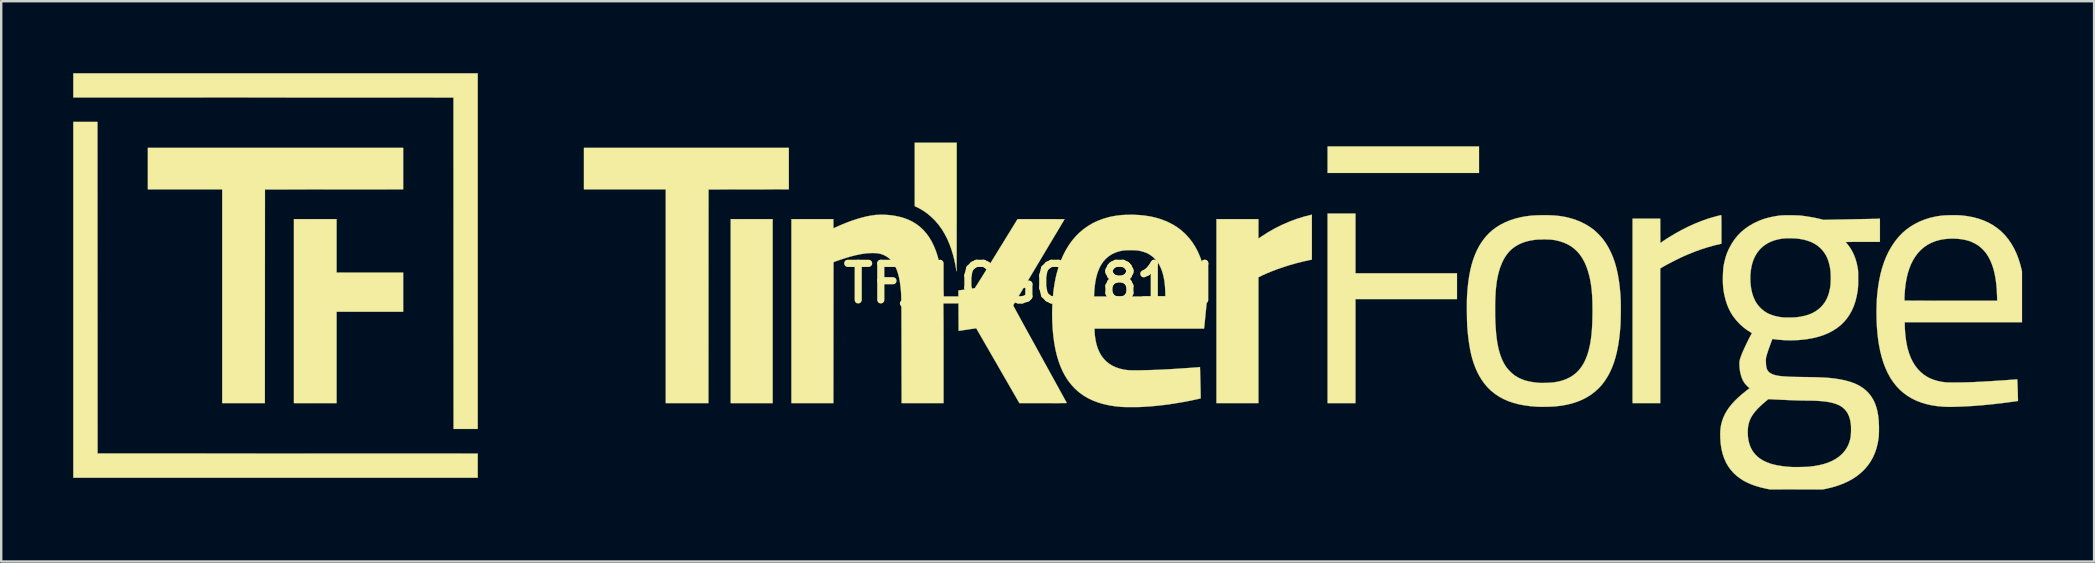
<source format=kicad_pcb>
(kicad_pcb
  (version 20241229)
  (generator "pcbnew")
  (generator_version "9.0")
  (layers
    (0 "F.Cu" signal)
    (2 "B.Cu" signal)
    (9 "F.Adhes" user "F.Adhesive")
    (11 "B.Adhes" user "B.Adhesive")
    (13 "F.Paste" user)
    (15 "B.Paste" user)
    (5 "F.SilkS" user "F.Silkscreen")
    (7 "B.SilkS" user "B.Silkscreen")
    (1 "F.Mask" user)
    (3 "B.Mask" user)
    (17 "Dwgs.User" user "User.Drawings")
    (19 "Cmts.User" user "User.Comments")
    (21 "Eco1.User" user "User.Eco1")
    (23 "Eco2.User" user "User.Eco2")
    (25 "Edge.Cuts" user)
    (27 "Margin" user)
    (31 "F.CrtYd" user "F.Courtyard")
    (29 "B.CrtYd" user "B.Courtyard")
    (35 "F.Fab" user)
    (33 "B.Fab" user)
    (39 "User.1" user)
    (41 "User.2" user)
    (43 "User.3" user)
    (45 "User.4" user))
  (footprint "TF_LOGO_81MM"
    (layer "F.Cu")
    (at 40.694 8.758)
    (property "Reference" "TF_LOGO_81MM" (at 0 0 0) (layer "F.SilkS") (effects (font (size 1.524 1.524) (thickness 0.3))))
    (attr through_hole)
    (fp_poly (pts (xy -11.547 4.992) (xy -13.296 4.992) (xy -13.296 -2.677) (xy -11.547 -2.677) (xy -11.547 4.992)) (stroke (width 0.01) (type solid)) (fill yes) (layer "F.SilkS"))
    (fp_poly (pts (xy 17.887 -4.601) (xy 11.577 -4.601) (xy 11.577 -5.705) (xy 17.887 -5.705) (xy 17.887 -4.601)) (stroke (width 0.01) (type solid)) (fill yes) (layer "F.SilkS"))
    (fp_poly (pts (xy -39.68 0.178) (xy -39.678 7.088) (xy -31.757 7.09) (xy -23.837 7.092) (xy -23.837 8.099) (xy -40.689 8.099) (xy -40.689 -6.731) (xy -39.683 -6.731) (xy -39.68 0.178)) (stroke (width 0.01) (type solid)) (fill yes) (layer "F.SilkS"))
    (fp_poly (pts (xy -29.718 -0.449) (xy -26.944 -0.449) (xy -26.944 1.182) (xy -29.718 1.182) (xy -29.718 4.992) (xy -31.496 4.992) (xy -31.496 -2.677) (xy -29.718 -2.677) (xy -29.718 -0.449)) (stroke (width 0.01) (type solid)) (fill yes) (layer "F.SilkS"))
    (fp_poly (pts (xy -23.837 6.067) (xy -24.843 6.067) (xy -24.846 -0.838) (xy -24.848 -7.742) (xy -32.768 -7.745) (xy -40.689 -7.747) (xy -40.689 -8.753) (xy -23.837 -8.753) (xy -23.837 6.067)) (stroke (width 0.01) (type solid)) (fill yes) (layer "F.SilkS"))
    (fp_poly (pts (xy -10.873 -3.918) (xy -14.219 -3.913) (xy -14.224 4.992) (xy -16.002 4.992) (xy -16.002 -3.917) (xy -19.411 -3.917) (xy -19.411 -5.647) (xy -10.873 -5.647) (xy -10.873 -3.918)) (stroke (width 0.01) (type solid)) (fill yes) (layer "F.SilkS"))
    (fp_poly (pts (xy 12.739 -0.42) (xy 16.969 -0.42) (xy 16.969 0.655) (xy 12.739 0.655) (xy 12.739 4.992) (xy 11.577 4.992) (xy 11.577 -2.911) (xy 12.739 -2.911) (xy 12.739 -0.42)) (stroke (width 0.01) (type solid)) (fill yes) (layer "F.SilkS"))
    (fp_poly (pts (xy -26.944 -3.917) (xy -29.823 -3.915) (xy -32.703 -3.913) (xy -32.707 4.992) (xy -34.485 4.992) (xy -34.485 -3.917) (xy -37.582 -3.917) (xy -37.582 -5.647) (xy -26.944 -5.647) (xy -26.944 -3.917)) (stroke (width 0.01) (type solid)) (fill yes) (layer "F.SilkS"))
    (fp_poly (pts (xy 10.922 -0.99) (xy 10.768 -0.958) (xy 10.515 -0.901) (xy 10.258 -0.836) (xy 10.001 -0.762) (xy 9.747 -0.682) (xy 9.499 -0.597) (xy 9.261 -0.507) (xy 9.036 -0.414) (xy 8.834 -0.322) (xy 8.695 -0.255) (xy 8.695 4.992) (xy 6.946 4.992) (xy 6.946 -2.677) (xy 8.695 -2.677) (xy 8.695 -1.866) (xy 8.814 -1.948) (xy 9.093 -2.127) (xy 9.382 -2.292) (xy 9.681 -2.441) (xy 9.987 -2.573) (xy 10.298 -2.689) (xy 10.613 -2.786) (xy 10.9 -2.858) (xy 10.922 -2.863) (xy 10.922 -0.99)) (stroke (width 0.01) (type solid)) (fill yes) (layer "F.SilkS"))
    (fp_poly (pts (xy -3.878 -3.18) (xy -3.878 -2.952) (xy -3.878 -2.73) (xy -3.878 -2.513) (xy -3.879 -2.304) (xy -3.879 -2.101) (xy -3.879 -1.907) (xy -3.879 -1.722) (xy -3.879 -1.547) (xy -3.879 -1.383) (xy -3.879 -1.23) (xy -3.88 -1.089) (xy -3.88 -0.962) (xy -3.88 -0.848) (xy -3.88 -0.748) (xy -3.881 -0.665) (xy -3.881 -0.597) (xy -3.881 -0.546) (xy -3.881 -0.513) (xy -3.882 -0.499) (xy -3.882 -0.498) (xy -3.885 -0.507) (xy -3.89 -0.532) (xy -3.896 -0.567) (xy -3.902 -0.603) (xy -3.953 -0.877) (xy -4.016 -1.14) (xy -4.09 -1.391) (xy -4.175 -1.628) (xy -4.271 -1.851) (xy -4.378 -2.059) (xy -4.494 -2.251) (xy -4.517 -2.285) (xy -4.646 -2.46) (xy -4.787 -2.622) (xy -4.94 -2.772) (xy -5.101 -2.908) (xy -5.271 -3.028) (xy -5.446 -3.13) (xy -5.502 -3.158) (xy -5.626 -3.219) (xy -5.627 -4.54) (xy -5.627 -5.862) (xy -3.878 -5.862) (xy -3.878 -3.18)) (stroke (width 0.01) (type solid)) (fill yes) (layer "F.SilkS"))
    (fp_poly (pts (xy 27.979 -2.84) (xy 27.981 -2.829) (xy 27.983 -2.81) (xy 27.985 -2.78) (xy 27.986 -2.74) (xy 27.987 -2.687) (xy 27.988 -2.621) (xy 27.988 -2.539) (xy 27.989 -2.442) (xy 27.989 -2.326) (xy 27.989 -2.248) (xy 27.989 -1.653) (xy 27.938 -1.641) (xy 27.66 -1.573) (xy 27.39 -1.497) (xy 27.125 -1.411) (xy 26.858 -1.314) (xy 26.586 -1.204) (xy 26.455 -1.147) (xy 26.385 -1.116) (xy 26.302 -1.077) (xy 26.21 -1.032) (xy 26.112 -0.984) (xy 26.012 -0.934) (xy 25.913 -0.883) (xy 25.818 -0.834) (xy 25.73 -0.788) (xy 25.654 -0.746) (xy 25.591 -0.711) (xy 25.588 -0.709) (xy 25.439 -0.622) (xy 25.439 4.992) (xy 24.286 4.992) (xy 24.286 -2.696) (xy 25.439 -2.696) (xy 25.441 -2.188) (xy 25.444 -1.68) (xy 25.527 -1.74) (xy 25.562 -1.764) (xy 25.61 -1.796) (xy 25.665 -1.833) (xy 25.724 -1.871) (xy 25.776 -1.904) (xy 26.042 -2.065) (xy 26.313 -2.216) (xy 26.588 -2.355) (xy 26.863 -2.48) (xy 27.136 -2.591) (xy 27.404 -2.687) (xy 27.511 -2.721) (xy 27.563 -2.736) (xy 27.623 -2.753) (xy 27.686 -2.771) (xy 27.751 -2.788) (xy 27.812 -2.805) (xy 27.869 -2.819) (xy 27.917 -2.831) (xy 27.953 -2.839) (xy 27.974 -2.843) (xy 27.976 -2.843) (xy 27.979 -2.84)) (stroke (width 0.01) (type solid)) (fill yes) (layer "F.SilkS"))
    (fp_poly (pts (xy -6.843 -2.858) (xy -6.636 -2.841) (xy -6.432 -2.811) (xy -6.235 -2.768) (xy -6.067 -2.719) (xy -5.886 -2.65) (xy -5.716 -2.567) (xy -5.558 -2.469) (xy -5.41 -2.357) (xy -5.273 -2.23) (xy -5.148 -2.088) (xy -5.032 -1.93) (xy -4.928 -1.758) (xy -4.834 -1.569) (xy -4.75 -1.365) (xy -4.676 -1.145) (xy -4.612 -0.909) (xy -4.559 -0.656) (xy -4.515 -0.387) (xy -4.48 -0.101) (xy -4.48 -0.098) (xy -4.474 -0.039) (xy -4.469 0.019) (xy -4.464 0.077) (xy -4.46 0.137) (xy -4.456 0.199) (xy -4.452 0.264) (xy -4.448 0.332) (xy -4.445 0.406) (xy -4.442 0.484) (xy -4.44 0.569) (xy -4.437 0.661) (xy -4.435 0.762) (xy -4.434 0.871) (xy -4.432 0.99) (xy -4.431 1.119) (xy -4.43 1.26) (xy -4.429 1.413) (xy -4.428 1.58) (xy -4.427 1.76) (xy -4.427 1.955) (xy -4.426 2.166) (xy -4.426 2.394) (xy -4.426 2.639) (xy -4.426 2.902) (xy -4.426 3.046) (xy -4.426 4.992) (xy -6.173 4.992) (xy -6.177 2.777) (xy -6.177 2.527) (xy -6.178 2.295) (xy -6.178 2.082) (xy -6.179 1.885) (xy -6.179 1.705) (xy -6.18 1.539) (xy -6.181 1.389) (xy -6.181 1.251) (xy -6.182 1.127) (xy -6.183 1.014) (xy -6.184 0.913) (xy -6.185 0.822) (xy -6.186 0.74) (xy -6.187 0.666) (xy -6.189 0.6) (xy -6.19 0.541) (xy -6.192 0.488) (xy -6.194 0.44) (xy -6.196 0.396) (xy -6.199 0.356) (xy -6.202 0.318) (xy -6.205 0.282) (xy -6.208 0.247) (xy -6.211 0.211) (xy -6.215 0.175) (xy -6.219 0.142) (xy -6.246 -0.064) (xy -6.282 -0.253) (xy -6.327 -0.425) (xy -6.381 -0.58) (xy -6.444 -0.718) (xy -6.516 -0.841) (xy -6.598 -0.947) (xy -6.689 -1.038) (xy -6.791 -1.114) (xy -6.902 -1.174) (xy -6.99 -1.209) (xy -7.066 -1.232) (xy -7.142 -1.248) (xy -7.225 -1.258) (xy -7.32 -1.263) (xy -7.39 -1.264) (xy -7.517 -1.26) (xy -7.648 -1.25) (xy -7.786 -1.232) (xy -7.934 -1.205) (xy -8.092 -1.171) (xy -8.265 -1.128) (xy -8.322 -1.112) (xy -8.376 -1.097) (xy -8.443 -1.077) (xy -8.52 -1.053) (xy -8.602 -1.026) (xy -8.685 -0.999) (xy -8.766 -0.972) (xy -8.84 -0.947) (xy -8.903 -0.925) (xy -8.952 -0.906) (xy -8.954 -0.906) (xy -9.012 -0.883) (xy -9.017 4.992) (xy -10.766 4.992) (xy -10.766 -2.677) (xy -9.017 -2.677) (xy -9.017 -2.486) (xy -9.017 -2.428) (xy -9.016 -2.376) (xy -9.016 -2.335) (xy -9.015 -2.308) (xy -9.013 -2.296) (xy -9.013 -2.296) (xy -9.003 -2.3) (xy -8.979 -2.31) (xy -8.943 -2.326) (xy -8.899 -2.347) (xy -8.869 -2.36) (xy -8.656 -2.454) (xy -8.44 -2.541) (xy -8.225 -2.619) (xy -8.012 -2.688) (xy -7.806 -2.747) (xy -7.609 -2.794) (xy -7.439 -2.827) (xy -7.248 -2.852) (xy -7.048 -2.862) (xy -6.843 -2.858)) (stroke (width 0.01) (type solid)) (fill yes) (layer "F.SilkS"))
    (fp_poly (pts (xy -0.227 -2.677) (xy -0.097 -2.676) (xy 0.027 -2.676) (xy 0.143 -2.676) (xy 0.249 -2.676) (xy 0.344 -2.675) (xy 0.427 -2.675) (xy 0.497 -2.674) (xy 0.552 -2.674) (xy 0.59 -2.673) (xy 0.612 -2.672) (xy 0.615 -2.672) (xy 0.611 -2.663) (xy 0.596 -2.638) (xy 0.572 -2.598) (xy 0.54 -2.544) (xy 0.5 -2.476) (xy 0.451 -2.395) (xy 0.396 -2.302) (xy 0.334 -2.197) (xy 0.265 -2.082) (xy 0.19 -1.957) (xy 0.11 -1.824) (xy 0.025 -1.681) (xy -0.064 -1.532) (xy -0.158 -1.375) (xy -0.255 -1.213) (xy -0.355 -1.045) (xy -0.454 -0.879) (xy -0.557 -0.707) (xy -0.657 -0.54) (xy -0.754 -0.377) (xy -0.848 -0.221) (xy -0.937 -0.071) (xy -1.022 0.071) (xy -1.102 0.205) (xy -1.176 0.33) (xy -1.245 0.445) (xy -1.307 0.549) (xy -1.362 0.642) (xy -1.41 0.723) (xy -1.45 0.791) (xy -1.482 0.846) (xy -1.505 0.886) (xy -1.519 0.91) (xy -1.524 0.919) (xy -1.519 0.929) (xy -1.506 0.954) (xy -1.484 0.995) (xy -1.454 1.05) (xy -1.417 1.119) (xy -1.373 1.199) (xy -1.323 1.291) (xy -1.267 1.393) (xy -1.206 1.505) (xy -1.141 1.624) (xy -1.071 1.751) (xy -0.997 1.885) (xy -0.921 2.024) (xy -0.858 2.138) (xy -0.77 2.299) (xy -0.677 2.466) (xy -0.582 2.639) (xy -0.485 2.815) (xy -0.388 2.992) (xy -0.291 3.167) (xy -0.196 3.34) (xy -0.104 3.507) (xy -0.016 3.666) (xy 0.066 3.816) (xy 0.143 3.955) (xy 0.212 4.08) (xy 0.257 4.162) (xy 0.321 4.278) (xy 0.383 4.39) (xy 0.441 4.496) (xy 0.495 4.595) (xy 0.545 4.685) (xy 0.589 4.766) (xy 0.628 4.836) (xy 0.66 4.893) (xy 0.684 4.938) (xy 0.701 4.969) (xy 0.709 4.983) (xy 0.71 4.985) (xy 0.701 4.986) (xy 0.674 4.987) (xy 0.63 4.988) (xy 0.57 4.989) (xy 0.496 4.989) (xy 0.408 4.99) (xy 0.309 4.991) (xy 0.2 4.991) (xy 0.081 4.992) (xy -0.046 4.992) (xy -0.179 4.992) (xy -0.275 4.992) (xy -1.265 4.992) (xy -2.163 3.434) (xy -2.255 3.273) (xy -2.346 3.117) (xy -2.433 2.966) (xy -2.516 2.821) (xy -2.596 2.683) (xy -2.671 2.553) (xy -2.741 2.432) (xy -2.805 2.32) (xy -2.863 2.219) (xy -2.915 2.129) (xy -2.96 2.051) (xy -2.998 1.987) (xy -3.027 1.936) (xy -3.048 1.899) (xy -3.06 1.878) (xy -3.064 1.873) (xy -3.074 1.874) (xy -3.101 1.877) (xy -3.143 1.883) (xy -3.198 1.891) (xy -3.264 1.9) (xy -3.339 1.911) (xy -3.42 1.924) (xy -3.431 1.925) (xy -3.513 1.938) (xy -3.588 1.949) (xy -3.655 1.959) (xy -3.712 1.967) (xy -3.756 1.974) (xy -3.784 1.978) (xy -3.796 1.979) (xy -3.797 1.979) (xy -3.797 1.97) (xy -3.797 1.942) (xy -3.798 1.897) (xy -3.798 1.837) (xy -3.799 1.764) (xy -3.799 1.678) (xy -3.8 1.58) (xy -3.8 1.473) (xy -3.801 1.358) (xy -3.802 1.236) (xy -3.802 1.137) (xy -3.807 0.295) (xy -3.474 0.25) (xy -3.395 0.239) (xy -3.321 0.228) (xy -3.256 0.219) (xy -3.202 0.211) (xy -3.16 0.205) (xy -3.133 0.201) (xy -3.125 0.199) (xy -3.118 0.19) (xy -3.101 0.166) (xy -3.076 0.127) (xy -3.042 0.073) (xy -2.999 0.006) (xy -2.949 -0.073) (xy -2.893 -0.164) (xy -2.829 -0.265) (xy -2.76 -0.376) (xy -2.685 -0.497) (xy -2.606 -0.625) (xy -2.522 -0.761) (xy -2.434 -0.903) (xy -2.343 -1.05) (xy -2.249 -1.203) (xy -2.226 -1.241) (xy -1.343 -2.676) (xy -0.364 -2.677) (xy -0.227 -2.677)) (stroke (width 0.01) (type solid)) (fill yes) (layer "F.SilkS"))
    (fp_poly (pts (xy 3.478 -2.859) (xy 3.731 -2.847) (xy 3.97 -2.823) (xy 4.197 -2.787) (xy 4.412 -2.739) (xy 4.618 -2.678) (xy 4.816 -2.603) (xy 4.987 -2.526) (xy 5.166 -2.43) (xy 5.329 -2.326) (xy 5.481 -2.211) (xy 5.624 -2.083) (xy 5.656 -2.052) (xy 5.803 -1.892) (xy 5.937 -1.719) (xy 6.057 -1.533) (xy 6.164 -1.334) (xy 6.258 -1.121) (xy 6.339 -0.895) (xy 6.407 -0.655) (xy 6.462 -0.4) (xy 6.504 -0.131) (xy 6.534 0.152) (xy 6.551 0.44) (xy 6.552 0.477) (xy 6.553 0.512) (xy 6.553 0.545) (xy 6.553 0.578) (xy 6.551 0.615) (xy 6.549 0.655) (xy 6.546 0.702) (xy 6.542 0.756) (xy 6.536 0.821) (xy 6.529 0.897) (xy 6.521 0.987) (xy 6.511 1.092) (xy 6.499 1.215) (xy 6.497 1.231) (xy 6.486 1.339) (xy 6.476 1.441) (xy 6.467 1.536) (xy 6.458 1.623) (xy 6.45 1.699) (xy 6.444 1.762) (xy 6.438 1.812) (xy 6.435 1.846) (xy 6.433 1.863) (xy 6.432 1.863) (xy 6.428 1.885) (xy 1.866 1.885) (xy 1.866 1.961) (xy 1.867 2.001) (xy 1.87 2.053) (xy 1.875 2.111) (xy 1.88 2.169) (xy 1.88 2.171) (xy 1.909 2.369) (xy 1.95 2.552) (xy 2.005 2.721) (xy 2.072 2.875) (xy 2.153 3.015) (xy 2.248 3.14) (xy 2.355 3.252) (xy 2.476 3.348) (xy 2.61 3.431) (xy 2.757 3.499) (xy 2.917 3.553) (xy 3.091 3.593) (xy 3.248 3.615) (xy 3.302 3.619) (xy 3.373 3.622) (xy 3.46 3.624) (xy 3.563 3.624) (xy 3.678 3.624) (xy 3.805 3.622) (xy 3.943 3.619) (xy 4.088 3.615) (xy 4.241 3.611) (xy 4.399 3.605) (xy 4.561 3.598) (xy 4.726 3.591) (xy 4.891 3.582) (xy 5.012 3.576) (xy 5.099 3.57) (xy 5.194 3.565) (xy 5.295 3.558) (xy 5.4 3.551) (xy 5.507 3.544) (xy 5.614 3.537) (xy 5.718 3.53) (xy 5.819 3.523) (xy 5.912 3.517) (xy 5.997 3.51) (xy 6.072 3.505) (xy 6.134 3.5) (xy 6.182 3.496) (xy 6.213 3.493) (xy 6.219 3.492) (xy 6.26 3.487) (xy 6.266 3.68) (xy 6.268 3.753) (xy 6.27 3.834) (xy 6.273 3.923) (xy 6.275 4.016) (xy 6.277 4.112) (xy 6.28 4.209) (xy 6.282 4.304) (xy 6.284 4.397) (xy 6.286 4.484) (xy 6.287 4.565) (xy 6.289 4.636) (xy 6.29 4.696) (xy 6.29 4.743) (xy 6.29 4.776) (xy 6.29 4.791) (xy 6.29 4.792) (xy 6.279 4.795) (xy 6.251 4.802) (xy 6.209 4.812) (xy 6.156 4.824) (xy 6.094 4.838) (xy 6.025 4.853) (xy 5.952 4.868) (xy 5.879 4.884) (xy 5.806 4.898) (xy 5.737 4.912) (xy 5.674 4.924) (xy 5.632 4.932) (xy 5.17 5.011) (xy 4.719 5.073) (xy 4.28 5.119) (xy 3.854 5.148) (xy 3.784 5.151) (xy 3.701 5.154) (xy 3.61 5.155) (xy 3.512 5.156) (xy 3.412 5.156) (xy 3.312 5.156) (xy 3.218 5.155) (xy 3.131 5.154) (xy 3.055 5.151) (xy 2.994 5.149) (xy 2.975 5.147) (xy 2.709 5.12) (xy 2.458 5.08) (xy 2.221 5.026) (xy 1.997 4.958) (xy 1.788 4.878) (xy 1.591 4.783) (xy 1.409 4.675) (xy 1.239 4.553) (xy 1.182 4.507) (xy 1.031 4.369) (xy 0.893 4.217) (xy 0.765 4.052) (xy 0.649 3.873) (xy 0.545 3.679) (xy 0.452 3.472) (xy 0.37 3.249) (xy 0.299 3.012) (xy 0.238 2.759) (xy 0.189 2.491) (xy 0.15 2.207) (xy 0.122 1.906) (xy 0.118 1.841) (xy 0.103 1.533) (xy 0.099 1.227) (xy 0.106 0.925) (xy 0.124 0.629) (xy 0.132 0.547) (xy 1.844 0.547) (xy 4.819 0.547) (xy 4.813 0.339) (xy 4.801 0.116) (xy 4.778 -0.092) (xy 4.742 -0.285) (xy 4.695 -0.462) (xy 4.636 -0.624) (xy 4.566 -0.771) (xy 4.501 -0.879) (xy 4.433 -0.967) (xy 4.351 -1.052) (xy 4.26 -1.131) (xy 4.163 -1.199) (xy 4.065 -1.254) (xy 4.052 -1.26) (xy 3.989 -1.285) (xy 3.913 -1.311) (xy 3.832 -1.335) (xy 3.751 -1.355) (xy 3.703 -1.365) (xy 3.651 -1.372) (xy 3.585 -1.377) (xy 3.508 -1.381) (xy 3.423 -1.383) (xy 3.336 -1.383) (xy 3.25 -1.382) (xy 3.17 -1.379) (xy 3.099 -1.374) (xy 3.041 -1.368) (xy 3.021 -1.365) (xy 2.858 -1.325) (xy 2.707 -1.272) (xy 2.57 -1.204) (xy 2.446 -1.121) (xy 2.334 -1.024) (xy 2.234 -0.911) (xy 2.146 -0.783) (xy 2.088 -0.679) (xy 2.03 -0.548) (xy 1.979 -0.406) (xy 1.937 -0.251) (xy 1.903 -0.081) (xy 1.877 0.103) (xy 1.858 0.304) (xy 1.851 0.418) (xy 1.844 0.547) (xy 0.132 0.547) (xy 0.152 0.342) (xy 0.191 0.066) (xy 0.239 -0.197) (xy 0.288 -0.406) (xy 0.365 -0.673) (xy 0.453 -0.925) (xy 0.554 -1.162) (xy 0.668 -1.384) (xy 0.793 -1.59) (xy 0.93 -1.782) (xy 1.08 -1.958) (xy 1.241 -2.119) (xy 1.414 -2.264) (xy 1.599 -2.394) (xy 1.795 -2.509) (xy 2.003 -2.607) (xy 2.223 -2.69) (xy 2.454 -2.758) (xy 2.54 -2.778) (xy 2.753 -2.818) (xy 2.975 -2.845) (xy 3.209 -2.858) (xy 3.457 -2.86) (xy 3.478 -2.859)) (stroke (width 0.01) (type solid)) (fill yes) (layer "F.SilkS"))
    (fp_poly (pts (xy 37.782 -2.841) (xy 37.887 -2.837) (xy 37.985 -2.831) (xy 38.083 -2.821) (xy 38.183 -2.809) (xy 38.255 -2.798) (xy 38.491 -2.753) (xy 38.715 -2.692) (xy 38.927 -2.616) (xy 39.127 -2.525) (xy 39.314 -2.419) (xy 39.489 -2.298) (xy 39.651 -2.162) (xy 39.802 -2.01) (xy 39.939 -1.843) (xy 40.065 -1.662) (xy 40.178 -1.465) (xy 40.278 -1.254) (xy 40.366 -1.027) (xy 40.442 -0.785) (xy 40.469 -0.682) (xy 40.513 -0.506) (xy 40.513 1.622) (xy 35.628 1.622) (xy 35.628 1.723) (xy 35.632 1.874) (xy 35.642 2.034) (xy 35.658 2.197) (xy 35.679 2.358) (xy 35.705 2.513) (xy 35.734 2.657) (xy 35.75 2.721) (xy 35.81 2.921) (xy 35.882 3.106) (xy 35.966 3.276) (xy 36.062 3.43) (xy 36.169 3.569) (xy 36.289 3.693) (xy 36.421 3.802) (xy 36.542 3.883) (xy 36.677 3.955) (xy 36.826 4.015) (xy 36.988 4.064) (xy 37.16 4.101) (xy 37.323 4.123) (xy 37.363 4.126) (xy 37.419 4.128) (xy 37.491 4.13) (xy 37.575 4.13) (xy 37.669 4.131) (xy 37.77 4.13) (xy 37.877 4.129) (xy 37.987 4.128) (xy 38.098 4.126) (xy 38.207 4.124) (xy 38.312 4.121) (xy 38.41 4.117) (xy 38.5 4.114) (xy 38.51 4.113) (xy 38.735 4.102) (xy 38.965 4.089) (xy 39.196 4.076) (xy 39.424 4.062) (xy 39.645 4.047) (xy 39.855 4.033) (xy 40.05 4.018) (xy 40.083 4.016) (xy 40.148 4.011) (xy 40.206 4.007) (xy 40.254 4.003) (xy 40.291 4.001) (xy 40.312 4.001) (xy 40.316 4.001) (xy 40.317 4.011) (xy 40.319 4.039) (xy 40.321 4.081) (xy 40.323 4.135) (xy 40.326 4.2) (xy 40.329 4.272) (xy 40.331 4.35) (xy 40.334 4.43) (xy 40.337 4.511) (xy 40.339 4.591) (xy 40.342 4.666) (xy 40.343 4.734) (xy 40.345 4.794) (xy 40.346 4.842) (xy 40.346 4.877) (xy 40.346 4.896) (xy 40.346 4.898) (xy 40.335 4.901) (xy 40.306 4.906) (xy 40.263 4.913) (xy 40.206 4.921) (xy 40.137 4.931) (xy 40.06 4.941) (xy 39.976 4.953) (xy 39.886 4.965) (xy 39.794 4.976) (xy 39.712 4.987) (xy 39.27 5.038) (xy 38.844 5.079) (xy 38.432 5.111) (xy 38.033 5.132) (xy 37.87 5.138) (xy 37.76 5.142) (xy 37.666 5.144) (xy 37.584 5.146) (xy 37.512 5.146) (xy 37.446 5.146) (xy 37.382 5.144) (xy 37.317 5.142) (xy 37.248 5.138) (xy 37.235 5.138) (xy 36.984 5.116) (xy 36.744 5.079) (xy 36.515 5.027) (xy 36.299 4.961) (xy 36.094 4.88) (xy 35.902 4.785) (xy 35.724 4.675) (xy 35.575 4.565) (xy 35.421 4.43) (xy 35.28 4.28) (xy 35.149 4.116) (xy 35.03 3.937) (xy 34.923 3.743) (xy 34.826 3.534) (xy 34.741 3.31) (xy 34.667 3.07) (xy 34.603 2.815) (xy 34.551 2.543) (xy 34.509 2.256) (xy 34.481 1.982) (xy 34.468 1.805) (xy 34.459 1.618) (xy 34.453 1.424) (xy 34.451 1.227) (xy 34.453 1.031) (xy 34.458 0.842) (xy 34.464 0.703) (xy 35.615 0.703) (xy 35.616 0.715) (xy 35.616 0.716) (xy 35.626 0.716) (xy 35.655 0.717) (xy 35.701 0.718) (xy 35.764 0.718) (xy 35.843 0.719) (xy 35.936 0.72) (xy 36.044 0.72) (xy 36.165 0.721) (xy 36.297 0.721) (xy 36.441 0.722) (xy 36.595 0.722) (xy 36.759 0.722) (xy 36.93 0.723) (xy 37.109 0.723) (xy 37.295 0.723) (xy 37.486 0.723) (xy 37.55 0.723) (xy 39.481 0.723) (xy 39.474 0.515) (xy 39.462 0.257) (xy 39.441 0.017) (xy 39.41 -0.208) (xy 39.371 -0.416) (xy 39.322 -0.609) (xy 39.263 -0.787) (xy 39.195 -0.951) (xy 39.117 -1.102) (xy 39.03 -1.239) (xy 39.015 -1.259) (xy 38.961 -1.326) (xy 38.896 -1.397) (xy 38.825 -1.467) (xy 38.752 -1.53) (xy 38.711 -1.563) (xy 38.648 -1.605) (xy 38.572 -1.649) (xy 38.49 -1.692) (xy 38.407 -1.73) (xy 38.329 -1.761) (xy 38.306 -1.768) (xy 38.149 -1.811) (xy 37.98 -1.841) (xy 37.803 -1.86) (xy 37.622 -1.866) (xy 37.441 -1.86) (xy 37.263 -1.842) (xy 37.094 -1.811) (xy 36.915 -1.762) (xy 36.747 -1.696) (xy 36.59 -1.615) (xy 36.445 -1.518) (xy 36.311 -1.406) (xy 36.189 -1.278) (xy 36.078 -1.135) (xy 35.979 -0.976) (xy 35.891 -0.803) (xy 35.816 -0.614) (xy 35.752 -0.411) (xy 35.701 -0.192) (xy 35.661 0.041) (xy 35.634 0.288) (xy 35.619 0.523) (xy 35.617 0.581) (xy 35.616 0.633) (xy 35.615 0.674) (xy 35.615 0.703) (xy 34.464 0.703) (xy 34.466 0.662) (xy 34.478 0.497) (xy 34.481 0.469) (xy 34.516 0.167) (xy 34.561 -0.119) (xy 34.618 -0.389) (xy 34.686 -0.645) (xy 34.766 -0.887) (xy 34.857 -1.115) (xy 34.96 -1.33) (xy 35.076 -1.532) (xy 35.203 -1.723) (xy 35.344 -1.902) (xy 35.389 -1.954) (xy 35.535 -2.104) (xy 35.696 -2.243) (xy 35.87 -2.368) (xy 36.056 -2.48) (xy 36.252 -2.578) (xy 36.459 -2.661) (xy 36.673 -2.728) (xy 36.869 -2.774) (xy 36.961 -2.792) (xy 37.045 -2.806) (xy 37.124 -2.817) (xy 37.203 -2.826) (xy 37.286 -2.832) (xy 37.377 -2.836) (xy 37.482 -2.839) (xy 37.536 -2.84) (xy 37.667 -2.842) (xy 37.782 -2.841)) (stroke (width 0.01) (type solid)) (fill yes) (layer "F.SilkS"))
    (fp_poly (pts (xy 20.869 -2.837) (xy 21.037 -2.828) (xy 21.195 -2.813) (xy 21.346 -2.792) (xy 21.492 -2.765) (xy 21.637 -2.731) (xy 21.747 -2.701) (xy 21.947 -2.635) (xy 22.142 -2.554) (xy 22.329 -2.459) (xy 22.504 -2.353) (xy 22.666 -2.236) (xy 22.679 -2.225) (xy 22.731 -2.18) (xy 22.791 -2.123) (xy 22.855 -2.06) (xy 22.92 -1.993) (xy 22.981 -1.926) (xy 23.034 -1.864) (xy 23.071 -1.817) (xy 23.189 -1.648) (xy 23.295 -1.468) (xy 23.391 -1.277) (xy 23.476 -1.074) (xy 23.551 -0.858) (xy 23.615 -0.628) (xy 23.67 -0.384) (xy 23.715 -0.125) (xy 23.751 0.149) (xy 23.777 0.44) (xy 23.789 0.635) (xy 23.792 0.708) (xy 23.794 0.796) (xy 23.795 0.897) (xy 23.796 1.007) (xy 23.796 1.123) (xy 23.795 1.241) (xy 23.793 1.358) (xy 23.791 1.471) (xy 23.788 1.576) (xy 23.785 1.671) (xy 23.781 1.751) (xy 23.779 1.793) (xy 23.753 2.083) (xy 23.721 2.355) (xy 23.681 2.611) (xy 23.633 2.851) (xy 23.577 3.076) (xy 23.513 3.287) (xy 23.44 3.484) (xy 23.359 3.669) (xy 23.269 3.841) (xy 23.17 4.002) (xy 23.168 4.005) (xy 23.112 4.087) (xy 23.06 4.157) (xy 23.01 4.221) (xy 22.956 4.282) (xy 22.895 4.348) (xy 22.877 4.366) (xy 22.724 4.508) (xy 22.558 4.635) (xy 22.38 4.748) (xy 22.188 4.847) (xy 21.983 4.932) (xy 21.764 5.003) (xy 21.532 5.059) (xy 21.287 5.101) (xy 21.042 5.128) (xy 20.967 5.133) (xy 20.876 5.137) (xy 20.776 5.14) (xy 20.671 5.142) (xy 20.566 5.143) (xy 20.466 5.143) (xy 20.376 5.142) (xy 20.299 5.139) (xy 20.297 5.139) (xy 20.03 5.117) (xy 19.777 5.083) (xy 19.538 5.037) (xy 19.314 4.977) (xy 19.104 4.905) (xy 18.907 4.819) (xy 18.723 4.719) (xy 18.553 4.606) (xy 18.395 4.48) (xy 18.25 4.339) (xy 18.117 4.184) (xy 17.996 4.015) (xy 17.886 3.832) (xy 17.84 3.744) (xy 17.768 3.591) (xy 17.704 3.432) (xy 17.645 3.265) (xy 17.593 3.089) (xy 17.547 2.901) (xy 17.507 2.702) (xy 17.472 2.488) (xy 17.441 2.26) (xy 17.415 2.015) (xy 17.398 1.812) (xy 17.395 1.754) (xy 17.392 1.679) (xy 17.389 1.59) (xy 17.386 1.49) (xy 17.385 1.382) (xy 17.383 1.269) (xy 17.382 1.154) (xy 17.382 1.087) (xy 18.559 1.087) (xy 18.559 1.089) (xy 18.561 1.365) (xy 18.569 1.622) (xy 18.582 1.862) (xy 18.6 2.085) (xy 18.623 2.293) (xy 18.652 2.486) (xy 18.687 2.665) (xy 18.728 2.832) (xy 18.775 2.985) (xy 18.828 3.128) (xy 18.888 3.259) (xy 18.954 3.381) (xy 19.002 3.458) (xy 19.055 3.53) (xy 19.121 3.606) (xy 19.193 3.682) (xy 19.27 3.753) (xy 19.345 3.815) (xy 19.399 3.853) (xy 19.504 3.917) (xy 19.613 3.972) (xy 19.727 4.018) (xy 19.849 4.057) (xy 19.982 4.089) (xy 20.128 4.115) (xy 20.288 4.136) (xy 20.398 4.146) (xy 20.437 4.148) (xy 20.491 4.149) (xy 20.557 4.148) (xy 20.631 4.147) (xy 20.708 4.145) (xy 20.784 4.142) (xy 20.856 4.138) (xy 20.92 4.134) (xy 20.971 4.13) (xy 20.994 4.127) (xy 21.185 4.094) (xy 21.362 4.048) (xy 21.526 3.988) (xy 21.677 3.914) (xy 21.815 3.827) (xy 21.941 3.725) (xy 22.055 3.609) (xy 22.157 3.478) (xy 22.248 3.331) (xy 22.328 3.168) (xy 22.398 2.99) (xy 22.457 2.795) (xy 22.498 2.621) (xy 22.526 2.479) (xy 22.549 2.333) (xy 22.569 2.179) (xy 22.585 2.016) (xy 22.598 1.842) (xy 22.607 1.656) (xy 22.613 1.455) (xy 22.616 1.238) (xy 22.617 1.128) (xy 22.615 0.916) (xy 22.611 0.722) (xy 22.603 0.542) (xy 22.591 0.374) (xy 22.576 0.217) (xy 22.556 0.067) (xy 22.533 -0.076) (xy 22.505 -0.217) (xy 22.484 -0.308) (xy 22.426 -0.518) (xy 22.358 -0.713) (xy 22.28 -0.89) (xy 22.191 -1.052) (xy 22.09 -1.199) (xy 21.978 -1.329) (xy 21.855 -1.444) (xy 21.72 -1.545) (xy 21.572 -1.63) (xy 21.413 -1.701) (xy 21.241 -1.757) (xy 21.056 -1.8) (xy 20.935 -1.819) (xy 20.889 -1.823) (xy 20.826 -1.827) (xy 20.752 -1.829) (xy 20.67 -1.831) (xy 20.584 -1.831) (xy 20.497 -1.83) (xy 20.415 -1.829) (xy 20.34 -1.826) (xy 20.277 -1.822) (xy 20.237 -1.818) (xy 20.039 -1.787) (xy 19.855 -1.744) (xy 19.686 -1.687) (xy 19.53 -1.616) (xy 19.388 -1.532) (xy 19.258 -1.433) (xy 19.141 -1.32) (xy 19.036 -1.192) (xy 18.942 -1.049) (xy 18.86 -0.89) (xy 18.788 -0.715) (xy 18.763 -0.645) (xy 18.722 -0.51) (xy 18.685 -0.371) (xy 18.654 -0.227) (xy 18.627 -0.075) (xy 18.606 0.086) (xy 18.588 0.258) (xy 18.575 0.442) (xy 18.566 0.641) (xy 18.56 0.855) (xy 18.559 1.087) (xy 17.382 1.087) (xy 17.381 1.039) (xy 17.382 0.927) (xy 17.382 0.822) (xy 17.383 0.726) (xy 17.385 0.641) (xy 17.387 0.572) (xy 17.388 0.552) (xy 17.408 0.257) (xy 17.437 -0.022) (xy 17.474 -0.284) (xy 17.52 -0.53) (xy 17.576 -0.761) (xy 17.641 -0.979) (xy 17.715 -1.183) (xy 17.799 -1.374) (xy 17.893 -1.553) (xy 17.997 -1.72) (xy 18.112 -1.877) (xy 18.159 -1.934) (xy 18.296 -2.083) (xy 18.448 -2.219) (xy 18.614 -2.342) (xy 18.794 -2.452) (xy 18.987 -2.549) (xy 19.193 -2.633) (xy 19.411 -2.703) (xy 19.64 -2.758) (xy 19.724 -2.774) (xy 19.823 -2.791) (xy 19.918 -2.805) (xy 20.011 -2.816) (xy 20.108 -2.825) (xy 20.212 -2.831) (xy 20.326 -2.836) (xy 20.455 -2.839) (xy 20.491 -2.84) (xy 20.688 -2.841) (xy 20.869 -2.837)) (stroke (width 0.01) (type solid)) (fill yes) (layer "F.SilkS"))
    (fp_poly (pts (xy 30.873 -2.838) (xy 30.97 -2.837) (xy 31.063 -2.835) (xy 31.151 -2.832) (xy 31.229 -2.829) (xy 31.294 -2.824) (xy 31.33 -2.82) (xy 31.491 -2.798) (xy 31.653 -2.773) (xy 31.811 -2.745) (xy 31.961 -2.715) (xy 32.097 -2.684) (xy 32.146 -2.671) (xy 32.242 -2.647) (xy 32.985 -2.662) (xy 33.114 -2.664) (xy 33.244 -2.667) (xy 33.374 -2.669) (xy 33.501 -2.672) (xy 33.622 -2.674) (xy 33.736 -2.676) (xy 33.838 -2.678) (xy 33.928 -2.68) (xy 34.002 -2.681) (xy 34.041 -2.682) (xy 34.124 -2.683) (xy 34.207 -2.685) (xy 34.286 -2.687) (xy 34.358 -2.688) (xy 34.418 -2.69) (xy 34.463 -2.692) (xy 34.473 -2.692) (xy 34.593 -2.697) (xy 34.593 -1.729) (xy 33.88 -1.729) (xy 33.764 -1.729) (xy 33.653 -1.729) (xy 33.551 -1.728) (xy 33.457 -1.728) (xy 33.373 -1.727) (xy 33.302 -1.726) (xy 33.244 -1.725) (xy 33.201 -1.723) (xy 33.175 -1.722) (xy 33.167 -1.721) (xy 33.173 -1.709) (xy 33.187 -1.694) (xy 33.209 -1.672) (xy 33.238 -1.637) (xy 33.272 -1.593) (xy 33.308 -1.546) (xy 33.342 -1.497) (xy 33.372 -1.453) (xy 33.38 -1.44) (xy 33.458 -1.302) (xy 33.524 -1.158) (xy 33.58 -1.005) (xy 33.626 -0.841) (xy 33.662 -0.669) (xy 33.669 -0.628) (xy 33.675 -0.592) (xy 33.679 -0.559) (xy 33.683 -0.524) (xy 33.685 -0.486) (xy 33.687 -0.442) (xy 33.688 -0.388) (xy 33.688 -0.321) (xy 33.688 -0.24) (xy 33.688 -0.195) (xy 33.688 -0.085) (xy 33.687 0.01) (xy 33.684 0.093) (xy 33.68 0.167) (xy 33.674 0.236) (xy 33.666 0.303) (xy 33.655 0.373) (xy 33.641 0.448) (xy 33.625 0.53) (xy 33.573 0.742) (xy 33.507 0.941) (xy 33.425 1.128) (xy 33.329 1.301) (xy 33.219 1.462) (xy 33.094 1.609) (xy 32.954 1.744) (xy 32.8 1.866) (xy 32.631 1.974) (xy 32.448 2.07) (xy 32.25 2.153) (xy 32.038 2.222) (xy 31.811 2.279) (xy 31.57 2.322) (xy 31.479 2.334) (xy 31.189 2.363) (xy 30.904 2.374) (xy 30.62 2.368) (xy 30.334 2.345) (xy 30.289 2.339) (xy 30.24 2.333) (xy 30.196 2.328) (xy 30.161 2.323) (xy 30.142 2.32) (xy 30.114 2.314) (xy 30.056 2.464) (xy 30.021 2.56) (xy 29.985 2.659) (xy 29.951 2.757) (xy 29.92 2.85) (xy 29.893 2.934) (xy 29.872 3.005) (xy 29.867 3.024) (xy 29.856 3.065) (xy 29.849 3.1) (xy 29.844 3.135) (xy 29.842 3.175) (xy 29.841 3.225) (xy 29.842 3.268) (xy 29.846 3.377) (xy 29.857 3.47) (xy 29.876 3.548) (xy 29.904 3.614) (xy 29.942 3.669) (xy 29.99 3.715) (xy 30.05 3.754) (xy 30.075 3.767) (xy 30.122 3.788) (xy 30.174 3.807) (xy 30.231 3.824) (xy 30.295 3.839) (xy 30.368 3.852) (xy 30.45 3.863) (xy 30.542 3.872) (xy 30.647 3.88) (xy 30.765 3.887) (xy 30.897 3.893) (xy 31.045 3.897) (xy 31.209 3.9) (xy 31.392 3.903) (xy 31.409 3.903) (xy 31.591 3.905) (xy 31.756 3.908) (xy 31.904 3.911) (xy 32.037 3.915) (xy 32.157 3.92) (xy 32.265 3.925) (xy 32.362 3.931) (xy 32.451 3.938) (xy 32.502 3.942) (xy 32.733 3.969) (xy 32.946 4.003) (xy 33.142 4.044) (xy 33.323 4.093) (xy 33.488 4.15) (xy 33.639 4.215) (xy 33.776 4.288) (xy 33.9 4.371) (xy 34.012 4.462) (xy 34.065 4.513) (xy 34.166 4.624) (xy 34.254 4.746) (xy 34.331 4.877) (xy 34.395 5.02) (xy 34.449 5.174) (xy 34.491 5.342) (xy 34.522 5.524) (xy 34.543 5.72) (xy 34.553 5.932) (xy 34.554 6.052) (xy 34.553 6.175) (xy 34.55 6.284) (xy 34.543 6.383) (xy 34.532 6.477) (xy 34.518 6.57) (xy 34.5 6.668) (xy 34.449 6.876) (xy 34.381 7.073) (xy 34.297 7.259) (xy 34.197 7.434) (xy 34.082 7.598) (xy 33.95 7.752) (xy 33.803 7.893) (xy 33.641 8.024) (xy 33.463 8.143) (xy 33.271 8.25) (xy 33.063 8.345) (xy 32.841 8.428) (xy 32.604 8.499) (xy 32.353 8.558) (xy 32.353 8.558) (xy 32.208 8.587) (xy 31.107 8.587) (xy 30.006 8.586) (xy 29.845 8.553) (xy 29.625 8.502) (xy 29.422 8.443) (xy 29.234 8.376) (xy 29.061 8.3) (xy 28.901 8.216) (xy 28.795 8.149) (xy 28.641 8.036) (xy 28.503 7.911) (xy 28.38 7.773) (xy 28.272 7.624) (xy 28.179 7.462) (xy 28.102 7.288) (xy 28.039 7.102) (xy 27.992 6.903) (xy 27.959 6.692) (xy 27.942 6.468) (xy 27.942 6.457) (xy 27.939 6.304) (xy 27.942 6.167) (xy 27.944 6.139) (xy 29.086 6.139) (xy 29.086 6.26) (xy 29.093 6.381) (xy 29.107 6.497) (xy 29.122 6.576) (xy 29.164 6.727) (xy 29.221 6.866) (xy 29.294 6.994) (xy 29.382 7.11) (xy 29.485 7.215) (xy 29.605 7.308) (xy 29.74 7.389) (xy 29.891 7.46) (xy 30.058 7.519) (xy 30.157 7.547) (xy 30.271 7.573) (xy 30.4 7.597) (xy 30.539 7.618) (xy 30.683 7.635) (xy 30.828 7.647) (xy 30.924 7.653) (xy 30.971 7.654) (xy 31.033 7.655) (xy 31.105 7.655) (xy 31.186 7.654) (xy 31.27 7.653) (xy 31.354 7.651) (xy 31.435 7.649) (xy 31.508 7.646) (xy 31.57 7.644) (xy 31.618 7.641) (xy 31.628 7.64) (xy 31.853 7.613) (xy 32.062 7.576) (xy 32.256 7.528) (xy 32.433 7.47) (xy 32.595 7.401) (xy 32.743 7.321) (xy 32.876 7.231) (xy 32.994 7.129) (xy 33.011 7.113) (xy 33.111 7.003) (xy 33.194 6.887) (xy 33.262 6.764) (xy 33.316 6.63) (xy 33.358 6.483) (xy 33.363 6.459) (xy 33.373 6.398) (xy 33.381 6.322) (xy 33.387 6.235) (xy 33.39 6.143) (xy 33.39 6.051) (xy 33.388 5.962) (xy 33.383 5.881) (xy 33.378 5.836) (xy 33.351 5.688) (xy 33.312 5.555) (xy 33.26 5.436) (xy 33.195 5.331) (xy 33.116 5.239) (xy 33.023 5.159) (xy 32.917 5.092) (xy 32.893 5.08) (xy 32.794 5.036) (xy 32.683 4.998) (xy 32.558 4.966) (xy 32.418 4.939) (xy 32.263 4.918) (xy 32.092 4.902) (xy 31.904 4.891) (xy 31.698 4.886) (xy 31.559 4.885) (xy 31.46 4.884) (xy 31.353 4.883) (xy 31.238 4.88) (xy 31.113 4.876) (xy 30.976 4.872) (xy 30.825 4.866) (xy 30.66 4.858) (xy 30.477 4.85) (xy 30.366 4.845) (xy 29.944 4.824) (xy 29.848 4.904) (xy 29.711 5.021) (xy 29.591 5.132) (xy 29.487 5.236) (xy 29.397 5.337) (xy 29.321 5.435) (xy 29.257 5.531) (xy 29.204 5.627) (xy 29.162 5.725) (xy 29.13 5.825) (xy 29.107 5.924) (xy 29.093 6.026) (xy 29.086 6.139) (xy 27.944 6.139) (xy 27.952 6.043) (xy 27.969 5.929) (xy 27.973 5.91) (xy 28.011 5.759) (xy 28.061 5.612) (xy 28.125 5.468) (xy 28.203 5.327) (xy 28.296 5.188) (xy 28.405 5.05) (xy 28.53 4.911) (xy 28.673 4.771) (xy 28.833 4.629) (xy 29.011 4.484) (xy 29.026 4.472) (xy 29.065 4.442) (xy 29.1 4.415) (xy 29.128 4.394) (xy 29.143 4.382) (xy 29.166 4.366) (xy 29.137 4.345) (xy 29.104 4.319) (xy 29.065 4.282) (xy 29.023 4.238) (xy 28.983 4.193) (xy 28.949 4.152) (xy 28.932 4.128) (xy 28.875 4.027) (xy 28.828 3.912) (xy 28.79 3.784) (xy 28.761 3.646) (xy 28.744 3.501) (xy 28.738 3.365) (xy 28.738 3.314) (xy 28.741 3.268) (xy 28.747 3.224) (xy 28.757 3.178) (xy 28.773 3.126) (xy 28.794 3.064) (xy 28.818 2.997) (xy 28.844 2.932) (xy 28.877 2.853) (xy 28.916 2.764) (xy 28.96 2.668) (xy 29.007 2.567) (xy 29.056 2.466) (xy 29.104 2.368) (xy 29.15 2.276) (xy 29.194 2.192) (xy 29.226 2.133) (xy 29.259 2.073) (xy 29.16 2.012) (xy 29.033 1.929) (xy 28.914 1.838) (xy 28.799 1.737) (xy 28.73 1.671) (xy 28.598 1.528) (xy 28.481 1.377) (xy 28.378 1.216) (xy 28.291 1.045) (xy 28.216 0.862) (xy 28.155 0.666) (xy 28.106 0.459) (xy 28.086 0.351) (xy 28.071 0.247) (xy 28.06 0.142) (xy 28.053 0.032) (xy 28.049 -0.088) (xy 28.049 -0.122) (xy 29.193 -0.122) (xy 29.206 0.063) (xy 29.232 0.241) (xy 29.27 0.41) (xy 29.321 0.566) (xy 29.379 0.698) (xy 29.452 0.825) (xy 29.541 0.944) (xy 29.643 1.051) (xy 29.757 1.146) (xy 29.878 1.225) (xy 29.958 1.266) (xy 30.074 1.313) (xy 30.202 1.354) (xy 30.338 1.386) (xy 30.476 1.41) (xy 30.524 1.415) (xy 30.584 1.42) (xy 30.658 1.423) (xy 30.742 1.424) (xy 30.831 1.424) (xy 30.92 1.423) (xy 31.003 1.42) (xy 31.077 1.415) (xy 31.118 1.412) (xy 31.306 1.385) (xy 31.48 1.347) (xy 31.639 1.298) (xy 31.784 1.236) (xy 31.917 1.161) (xy 32.038 1.074) (xy 32.115 1.006) (xy 32.213 0.902) (xy 32.297 0.788) (xy 32.369 0.664) (xy 32.428 0.527) (xy 32.476 0.378) (xy 32.513 0.213) (xy 32.528 0.122) (xy 32.536 0.051) (xy 32.541 -0.034) (xy 32.545 -0.129) (xy 32.546 -0.228) (xy 32.544 -0.328) (xy 32.541 -0.423) (xy 32.535 -0.509) (xy 32.527 -0.575) (xy 32.496 -0.747) (xy 32.455 -0.905) (xy 32.403 -1.048) (xy 32.339 -1.178) (xy 32.262 -1.298) (xy 32.172 -1.407) (xy 32.108 -1.473) (xy 31.998 -1.567) (xy 31.876 -1.648) (xy 31.742 -1.717) (xy 31.594 -1.773) (xy 31.432 -1.819) (xy 31.255 -1.852) (xy 31.187 -1.862) (xy 31.123 -1.869) (xy 31.046 -1.874) (xy 30.96 -1.877) (xy 30.87 -1.879) (xy 30.78 -1.879) (xy 30.695 -1.878) (xy 30.619 -1.874) (xy 30.557 -1.869) (xy 30.539 -1.867) (xy 30.362 -1.836) (xy 30.2 -1.794) (xy 30.052 -1.739) (xy 29.914 -1.671) (xy 29.787 -1.59) (xy 29.709 -1.529) (xy 29.596 -1.422) (xy 29.496 -1.301) (xy 29.411 -1.167) (xy 29.339 -1.02) (xy 29.281 -0.859) (xy 29.238 -0.686) (xy 29.209 -0.499) (xy 29.194 -0.313) (xy 29.193 -0.122) (xy 28.049 -0.122) (xy 28.049 -0.22) (xy 28.05 -0.283) (xy 28.053 -0.401) (xy 28.058 -0.503) (xy 28.064 -0.594) (xy 28.074 -0.678) (xy 28.086 -0.76) (xy 28.102 -0.842) (xy 28.122 -0.93) (xy 28.135 -0.982) (xy 28.164 -1.09) (xy 28.195 -1.186) (xy 28.229 -1.279) (xy 28.27 -1.374) (xy 28.316 -1.47) (xy 28.418 -1.657) (xy 28.534 -1.83) (xy 28.664 -1.991) (xy 28.808 -2.138) (xy 28.967 -2.272) (xy 29.14 -2.393) (xy 29.328 -2.502) (xy 29.531 -2.598) (xy 29.695 -2.663) (xy 29.824 -2.705) (xy 29.97 -2.744) (xy 30.131 -2.779) (xy 30.307 -2.81) (xy 30.412 -2.825) (xy 30.459 -2.83) (xy 30.522 -2.833) (xy 30.598 -2.836) (xy 30.684 -2.838) (xy 30.777 -2.839) (xy 30.873 -2.838)) (stroke (width 0.01) (type solid)) (fill yes) (layer "F.SilkS")))
  (gr_rect
    (start -3 -3)
    (end 84.212 20.35)
    (stroke (width 0.1) (type default))
    (fill no)
    (layer "Edge.Cuts")))
</source>
